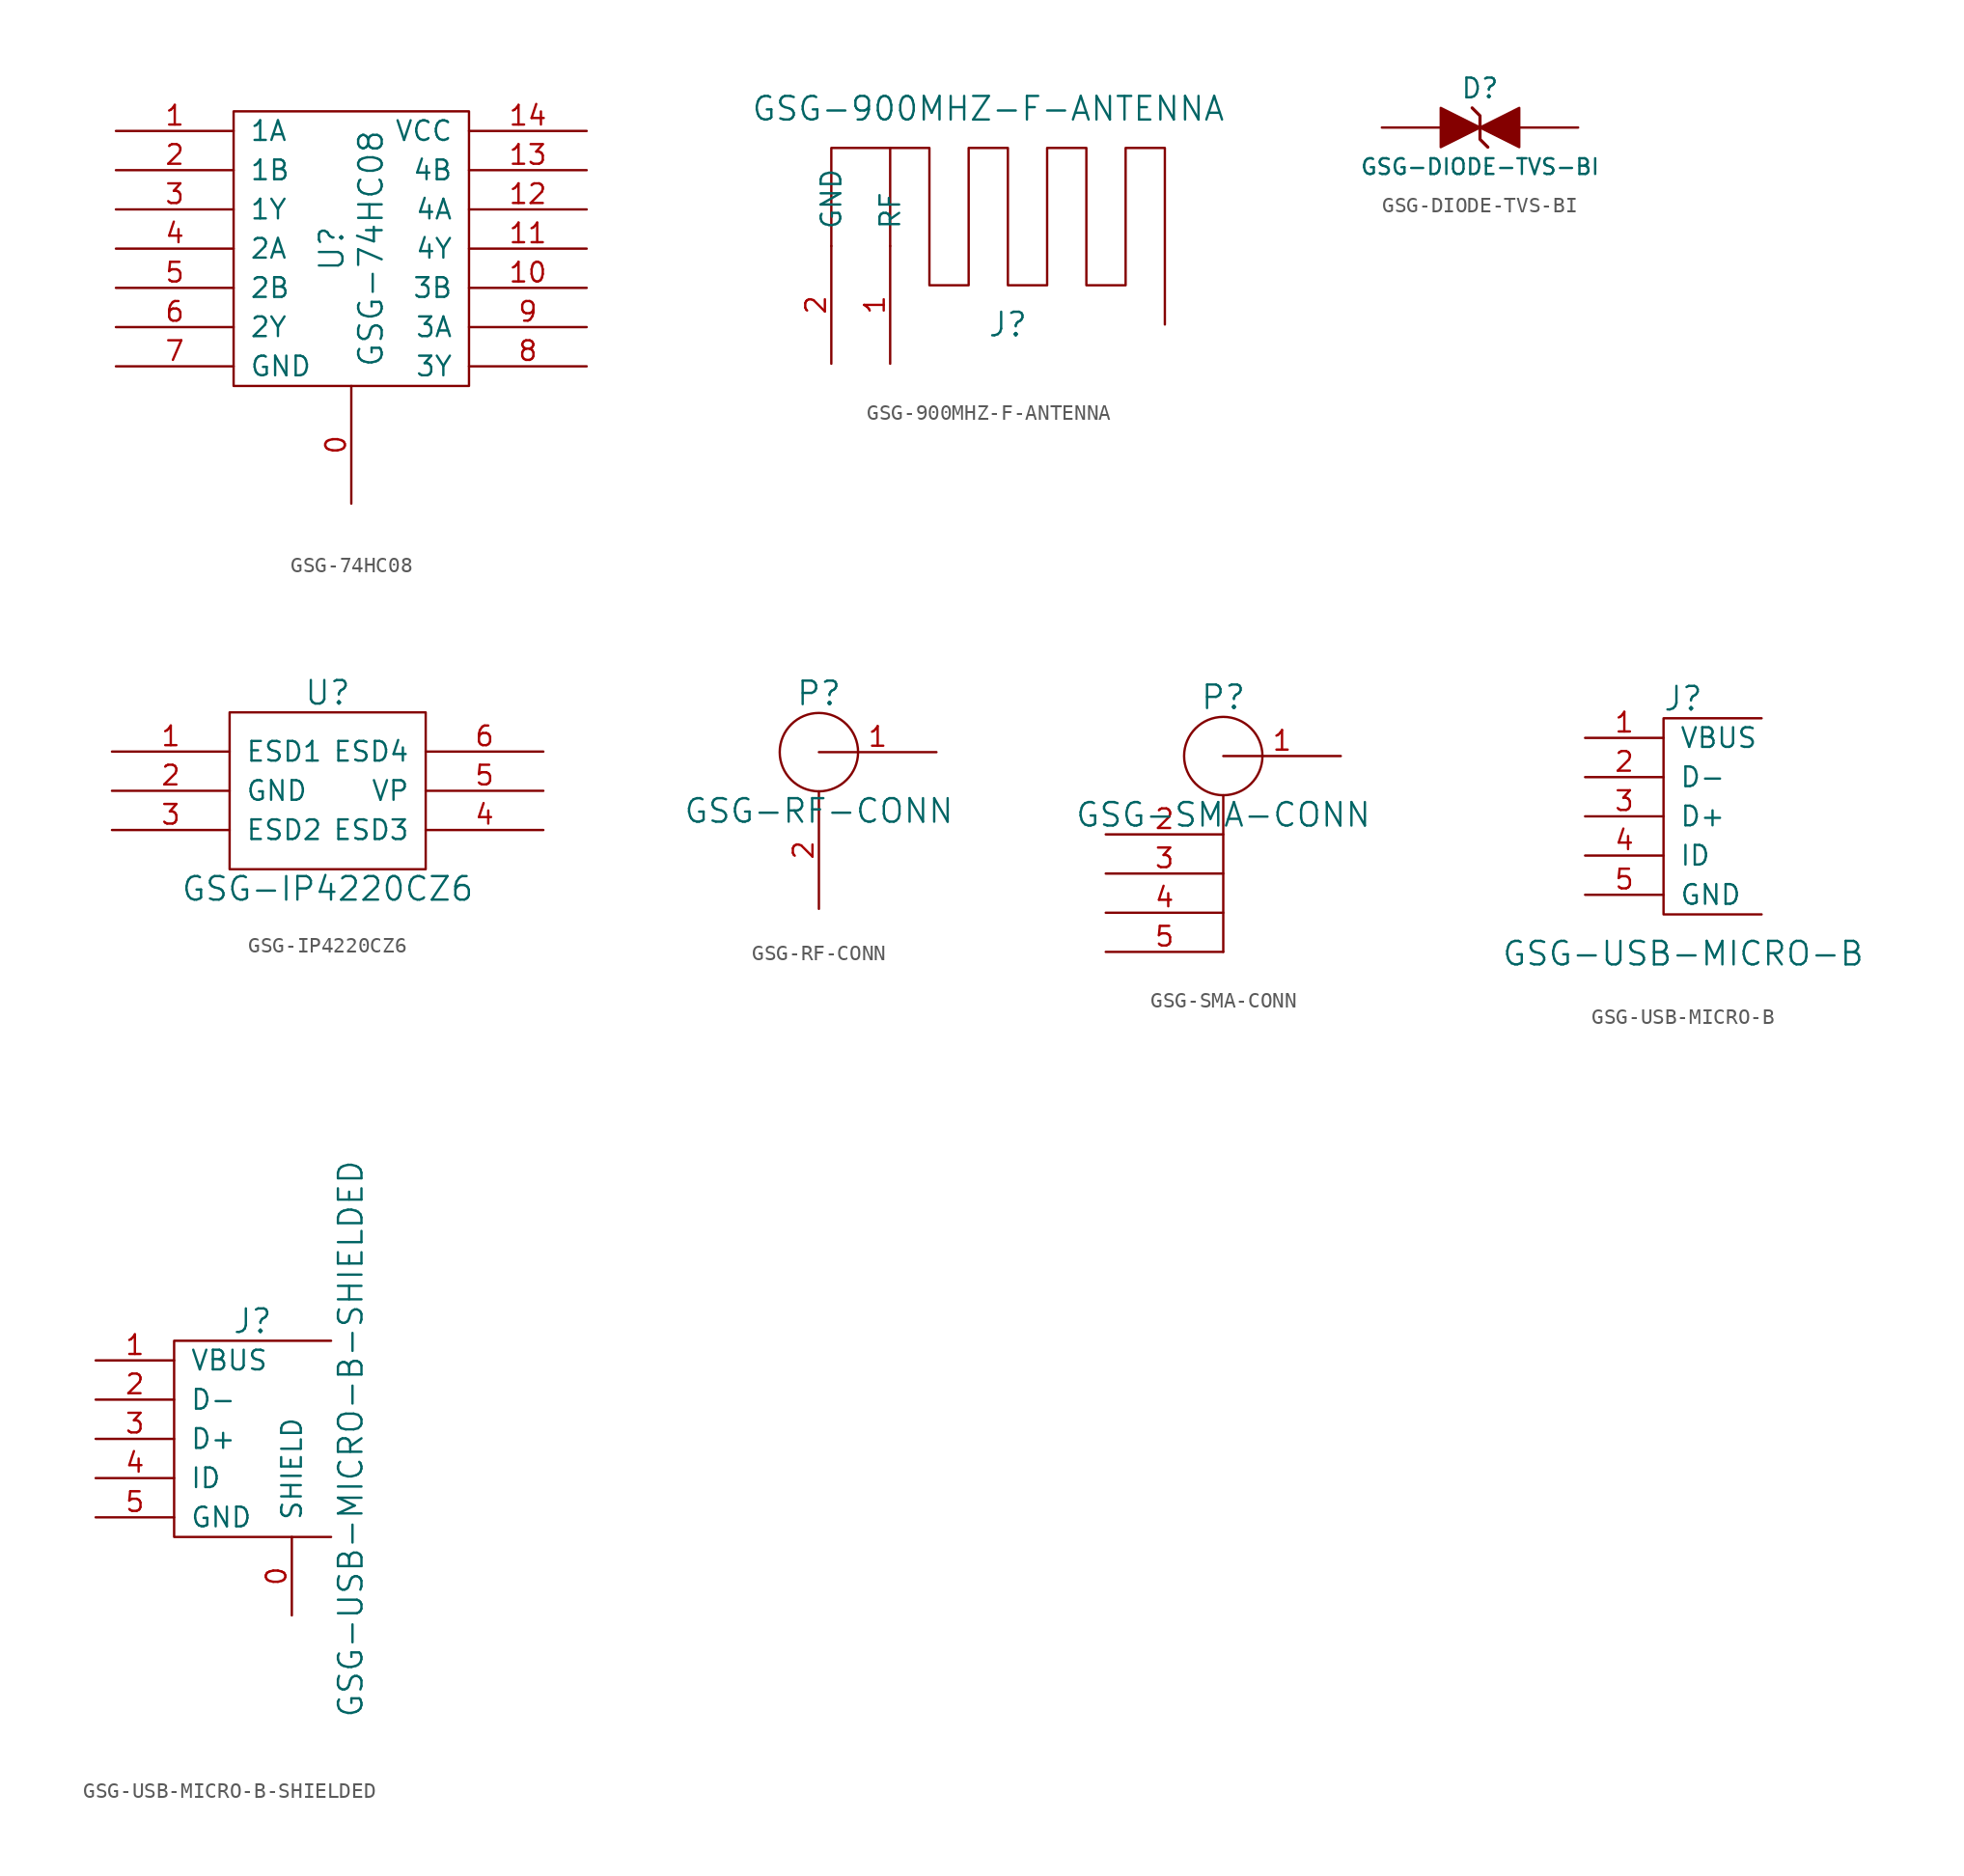
<source format=kicad_sym>
(kicad_symbol_lib
  (version 20211014)
  (generator kicad_symbol_editor)
  (symbol "GSG-74HC08"
    (pin_names
      (offset 1.016))
    (property "Reference" "U"
      (at -1.27 0 90)
      (effects (font (size 1.524 1.524))))
    (property "Value" "GSG-74HC08"
      (at 1.27 0 90)
      (effects (font (size 1.524 1.524))))
    (property "Footprint" ""
      (at 0 0 0)
      (effects (font (size 1.524 1.524))))
    (property "Datasheet" ""
      (at 0 0 0)
      (effects (font (size 1.524 1.524))))
    (symbol "GSG-74HC08_0_1"
      (rectangle (start -7.62 8.89) (end 7.62 -8.89) (stroke (width 0) (type default) (color 0 0 0 0)) (fill (type none))))
    (symbol "GSG-74HC08_1_1"
      (pin power_in line (at 0 -16.51 90) (length 7.62) (name "~" (effects (font (size 1.27 1.27)))) (number "0" (effects (font (size 1.27 1.27)))))
      (pin input line (at -15.24 7.62 0) (length 7.62) (name "1A" (effects (font (size 1.27 1.27)))) (number "1" (effects (font (size 1.27 1.27)))))
      (pin input line (at 15.24 -2.54 180) (length 7.62) (name "3B" (effects (font (size 1.27 1.27)))) (number "10" (effects (font (size 1.27 1.27)))))
      (pin output line (at 15.24 0 180) (length 7.62) (name "4Y" (effects (font (size 1.27 1.27)))) (number "11" (effects (font (size 1.27 1.27)))))
      (pin input line (at 15.24 2.54 180) (length 7.62) (name "4A" (effects (font (size 1.27 1.27)))) (number "12" (effects (font (size 1.27 1.27)))))
      (pin input line (at 15.24 5.08 180) (length 7.62) (name "4B" (effects (font (size 1.27 1.27)))) (number "13" (effects (font (size 1.27 1.27)))))
      (pin power_in line (at 15.24 7.62 180) (length 7.62) (name "VCC" (effects (font (size 1.27 1.27)))) (number "14" (effects (font (size 1.27 1.27)))))
      (pin input line (at -15.24 5.08 0) (length 7.62) (name "1B" (effects (font (size 1.27 1.27)))) (number "2" (effects (font (size 1.27 1.27)))))
      (pin output line (at -15.24 2.54 0) (length 7.62) (name "1Y" (effects (font (size 1.27 1.27)))) (number "3" (effects (font (size 1.27 1.27)))))
      (pin input line (at -15.24 0 0) (length 7.62) (name "2A" (effects (font (size 1.27 1.27)))) (number "4" (effects (font (size 1.27 1.27)))))
      (pin input line (at -15.24 -2.54 0) (length 7.62) (name "2B" (effects (font (size 1.27 1.27)))) (number "5" (effects (font (size 1.27 1.27)))))
      (pin output line (at -15.24 -5.08 0) (length 7.62) (name "2Y" (effects (font (size 1.27 1.27)))) (number "6" (effects (font (size 1.27 1.27)))))
      (pin power_in line (at -15.24 -7.62 0) (length 7.62) (name "GND" (effects (font (size 1.27 1.27)))) (number "7" (effects (font (size 1.27 1.27)))))
      (pin output line (at 15.24 -7.62 180) (length 7.62) (name "3Y" (effects (font (size 1.27 1.27)))) (number "8" (effects (font (size 1.27 1.27)))))
      (pin input line (at 15.24 -5.08 180) (length 7.62) (name "3A" (effects (font (size 1.27 1.27)))) (number "9" (effects (font (size 1.27 1.27)))))))
  (symbol "GSG-900MHZ-F-ANTENNA"
    (pin_names
      (offset 1.016))
    (property "Reference" "J"
      (at 7.62 2.54 0)
      (effects (font (size 1.524 1.524))))
    (property "Value" "GSG-900MHZ-F-ANTENNA"
      (at 6.35 16.51 0)
      (effects (font (size 1.524 1.524))))
    (property "Footprint" ""
      (at 0 0 0)
      (effects (font (size 1.524 1.524))))
    (property "Datasheet" ""
      (at 0 0 0)
      (effects (font (size 1.524 1.524))))
    (symbol "GSG-900MHZ-F-ANTENNA_0_1"
      (polyline (pts (xy -3.81 7.62) (xy -3.81 13.97) (xy 0 13.97) (xy 0 7.62)) (stroke (width 0) (type default) (color 0 0 0 0)) (fill (type none)))
      (polyline (pts (xy 0 13.97) (xy 2.54 13.97) (xy 2.54 5.08) (xy 5.08 5.08) (xy 5.08 13.97) (xy 7.62 13.97) (xy 7.62 5.08) (xy 10.16 5.08) (xy 10.16 13.97) (xy 12.7 13.97) (xy 12.7 5.08) (xy 15.24 5.08) (xy 15.24 13.97) (xy 17.78 13.97) (xy 17.78 2.54)) (stroke (width 0) (type default) (color 0 0 0 0)) (fill (type none))))
    (symbol "GSG-900MHZ-F-ANTENNA_1_1"
      (pin bidirectional line (at 0 0 90) (length 7.62) (name "RF" (effects (font (size 1.27 1.27)))) (number "1" (effects (font (size 1.27 1.27)))))
      (pin power_in line (at -3.81 0 90) (length 7.62) (name "GND" (effects (font (size 1.27 1.27)))) (number "2" (effects (font (size 1.27 1.27)))))))
  (symbol "GSG-DIODE-TVS-BI"
    (pin_numbers hide)
    (pin_names
      (offset 1.016) hide)
    (property "Reference" "D"
      (at 0 2.54 0)
      (effects (font (size 1.27 1.27))))
    (property "Value" "GSG-DIODE-TVS-BI"
      (at 0 -2.54 0)
      (effects (font (size 1.016 1.016))))
    (property "Footprint" ""
      (at 0 0 0)
      (effects (font (size 1.524 1.524))))
    (property "Datasheet" ""
      (at 0 0 0)
      (effects (font (size 1.524 1.524))))
    (symbol "GSG-DIODE-TVS-BI_0_1"
      (polyline (pts (xy -0.508 1.27) (xy 0 0.762) (xy 0 -0.762) (xy 0.508 -1.27) (xy 0.508 -1.27)) (stroke (width 0.203) (type default) (color 0 0 0 0)) (fill (type none)))
      (polyline (pts (xy 0 0) (xy -2.54 1.27) (xy -2.54 -1.27) (xy 0 0) (xy 0 0)) (stroke (width 0) (type default) (color 0 0 0 0)) (fill (type outline)))
      (polyline (pts (xy 0 0) (xy 2.54 1.27) (xy 2.54 -1.27) (xy 0 0) (xy 0 0)) (stroke (width 0) (type default) (color 0 0 0 0)) (fill (type outline))))
    (symbol "GSG-DIODE-TVS-BI_1_1"
      (pin passive line (at -6.35 0 0) (length 3.81) (name "A" (effects (font (size 1.016 1.016)))) (number "1" (effects (font (size 1.016 1.016)))))
      (pin passive line (at 6.35 0 180) (length 3.81) (name "K" (effects (font (size 1.016 1.016)))) (number "2" (effects (font (size 1.016 1.016)))))))
  (symbol "GSG-IP4220CZ6"
    (pin_names
      (offset 1.016))
    (property "Reference" "U"
      (at 0 6.35 0)
      (effects (font (size 1.524 1.524))))
    (property "Value" "GSG-IP4220CZ6"
      (at 0 -6.35 0)
      (effects (font (size 1.524 1.524))))
    (property "Footprint" ""
      (at 0 0 0)
      (effects (font (size 1.524 1.524))))
    (property "Datasheet" ""
      (at 0 0 0)
      (effects (font (size 1.524 1.524))))
    (symbol "GSG-IP4220CZ6_0_1"
      (rectangle (start -6.35 5.08) (end 6.35 -5.08) (stroke (width 0) (type default) (color 0 0 0 0)) (fill (type none))))
    (symbol "GSG-IP4220CZ6_1_1"
      (pin input line (at -13.97 2.54 0) (length 7.62) (name "ESD1" (effects (font (size 1.27 1.27)))) (number "1" (effects (font (size 1.27 1.27)))))
      (pin power_in line (at -13.97 0 0) (length 7.62) (name "GND" (effects (font (size 1.27 1.27)))) (number "2" (effects (font (size 1.27 1.27)))))
      (pin input line (at -13.97 -2.54 0) (length 7.62) (name "ESD2" (effects (font (size 1.27 1.27)))) (number "3" (effects (font (size 1.27 1.27)))))
      (pin input line (at 13.97 -2.54 180) (length 7.62) (name "ESD3" (effects (font (size 1.27 1.27)))) (number "4" (effects (font (size 1.27 1.27)))))
      (pin power_in line (at 13.97 0 180) (length 7.62) (name "VP" (effects (font (size 1.27 1.27)))) (number "5" (effects (font (size 1.27 1.27)))))
      (pin input line (at 13.97 2.54 180) (length 7.62) (name "ESD4" (effects (font (size 1.27 1.27)))) (number "6" (effects (font (size 1.27 1.27)))))))
  (symbol "GSG-RF-CONN"
    (pin_names
      (offset 0) hide)
    (property "Reference" "P"
      (at 0 3.81 0)
      (effects (font (size 1.524 1.524))))
    (property "Value" "GSG-RF-CONN"
      (at 0 -3.81 0)
      (effects (font (size 1.524 1.524))))
    (property "Footprint" ""
      (at 0 0 0)
      (effects (font (size 1.524 1.524))))
    (property "Datasheet" ""
      (at 0 0 0)
      (effects (font (size 1.524 1.524))))
    (symbol "GSG-RF-CONN_0_1"
      (circle (center 0 0) (radius 2.54) (stroke (width 0)) (stroke (width 0) (type default) (color 0 0 0 0)) (fill (type none))))
    (symbol "GSG-RF-CONN_1_1"
      (pin bidirectional line (at 7.62 0 180) (length 7.62) (name "RF" (effects (font (size 1.27 1.27)))) (number "1" (effects (font (size 1.27 1.27)))))
      (pin power_in line (at 0 -10.16 90) (length 7.62) (name "GND" (effects (font (size 1.27 1.27)))) (number "2" (effects (font (size 1.27 1.27)))))))
  (symbol "GSG-SMA-CONN"
    (pin_names
      (offset 0) hide)
    (property "Reference" "P"
      (at 0 3.81 0)
      (effects (font (size 1.524 1.524))))
    (property "Value" "GSG-SMA-CONN"
      (at 0 -3.81 0)
      (effects (font (size 1.524 1.524))))
    (property "Footprint" ""
      (at 0 0 0)
      (effects (font (size 1.524 1.524))))
    (property "Datasheet" ""
      (at 0 0 0)
      (effects (font (size 1.524 1.524))))
    (symbol "GSG-SMA-CONN_0_1"
      (polyline (pts (xy 0 -2.54) (xy 0 -12.7) (xy 0 -12.7)) (stroke (width 0) (type default) (color 0 0 0 0)) (fill (type none)))
      (circle (center 0 0) (radius 2.54) (stroke (width 0)) (stroke (width 0) (type default) (color 0 0 0 0)) (fill (type none))))
    (symbol "GSG-SMA-CONN_1_1"
      (pin bidirectional line (at 7.62 0 180) (length 7.62) (name "RF" (effects (font (size 1.27 1.27)))) (number "1" (effects (font (size 1.27 1.27)))))
      (pin power_in line (at -7.62 -5.08 0) (length 7.62) (name "GND" (effects (font (size 1.27 1.27)))) (number "2" (effects (font (size 1.27 1.27)))))
      (pin power_in line (at -7.62 -7.62 0) (length 7.62) (name "GND" (effects (font (size 1.27 1.27)))) (number "3" (effects (font (size 1.27 1.27)))))
      (pin power_in line (at -7.62 -10.16 0) (length 7.62) (name "GND" (effects (font (size 1.27 1.27)))) (number "4" (effects (font (size 1.27 1.27)))))
      (pin power_in line (at -7.62 -12.7 0) (length 7.62) (name "GND" (effects (font (size 1.27 1.27)))) (number "5" (effects (font (size 1.27 1.27)))))))
  (symbol "GSG-USB-MICRO-B"
    (pin_names
      (offset 1.016))
    (property "Reference" "J"
      (at 0 7.62 0)
      (effects (font (size 1.524 1.524))))
    (property "Value" "GSG-USB-MICRO-B"
      (at 0 -8.89 0)
      (effects (font (size 1.524 1.524))))
    (property "Footprint" ""
      (at 0 0 0)
      (effects (font (size 1.524 1.524))))
    (property "Datasheet" ""
      (at 0 0 0)
      (effects (font (size 1.524 1.524))))
    (symbol "GSG-USB-MICRO-B_0_1"
      (polyline (pts (xy 5.08 6.35) (xy -1.27 6.35) (xy -1.27 -6.35) (xy 5.08 -6.35) (xy 5.08 -6.35)) (stroke (width 0) (type default) (color 0 0 0 0)) (fill (type none))))
    (symbol "GSG-USB-MICRO-B_1_1"
      (pin power_out line (at -6.35 5.08 0) (length 5.08) (name "VBUS" (effects (font (size 1.27 1.27)))) (number "1" (effects (font (size 1.27 1.27)))))
      (pin bidirectional line (at -6.35 2.54 0) (length 5.08) (name "D-" (effects (font (size 1.27 1.27)))) (number "2" (effects (font (size 1.27 1.27)))))
      (pin bidirectional line (at -6.35 0 0) (length 5.08) (name "D+" (effects (font (size 1.27 1.27)))) (number "3" (effects (font (size 1.27 1.27)))))
      (pin input line (at -6.35 -2.54 0) (length 5.08) (name "ID" (effects (font (size 1.27 1.27)))) (number "4" (effects (font (size 1.27 1.27)))))
      (pin power_out line (at -6.35 -5.08 0) (length 5.08) (name "GND" (effects (font (size 1.27 1.27)))) (number "5" (effects (font (size 1.27 1.27)))))))
  (symbol "GSG-USB-MICRO-B-SHIELDED"
    (pin_names
      (offset 1.016))
    (property "Reference" "J"
      (at 3.81 7.62 0)
      (effects (font (size 1.524 1.524))))
    (property "Value" "GSG-USB-MICRO-B-SHIELDED"
      (at 10.16 0 90)
      (effects (font (size 1.524 1.524))))
    (property "Footprint" ""
      (at 0 0 0)
      (effects (font (size 1.524 1.524))))
    (property "Datasheet" ""
      (at 0 0 0)
      (effects (font (size 1.524 1.524))))
    (symbol "GSG-USB-MICRO-B-SHIELDED_0_1"
      (polyline (pts (xy 8.89 -6.35) (xy -1.27 -6.35) (xy -1.27 6.35) (xy 8.89 6.35)) (stroke (width 0) (type default) (color 0 0 0 0)) (fill (type none))))
    (symbol "GSG-USB-MICRO-B-SHIELDED_1_1"
      (pin passive line (at 6.35 -11.43 90) (length 5.08) (name "SHIELD" (effects (font (size 1.27 1.27)))) (number "0" (effects (font (size 1.27 1.27)))))
      (pin power_out line (at -6.35 5.08 0) (length 5.08) (name "VBUS" (effects (font (size 1.27 1.27)))) (number "1" (effects (font (size 1.27 1.27)))))
      (pin bidirectional line (at -6.35 2.54 0) (length 5.08) (name "D-" (effects (font (size 1.27 1.27)))) (number "2" (effects (font (size 1.27 1.27)))))
      (pin bidirectional line (at -6.35 0 0) (length 5.08) (name "D+" (effects (font (size 1.27 1.27)))) (number "3" (effects (font (size 1.27 1.27)))))
      (pin input line (at -6.35 -2.54 0) (length 5.08) (name "ID" (effects (font (size 1.27 1.27)))) (number "4" (effects (font (size 1.27 1.27)))))
      (pin power_out line (at -6.35 -5.08 0) (length 5.08) (name "GND" (effects (font (size 1.27 1.27)))) (number "5" (effects (font (size 1.27 1.27))))))))
</source>
